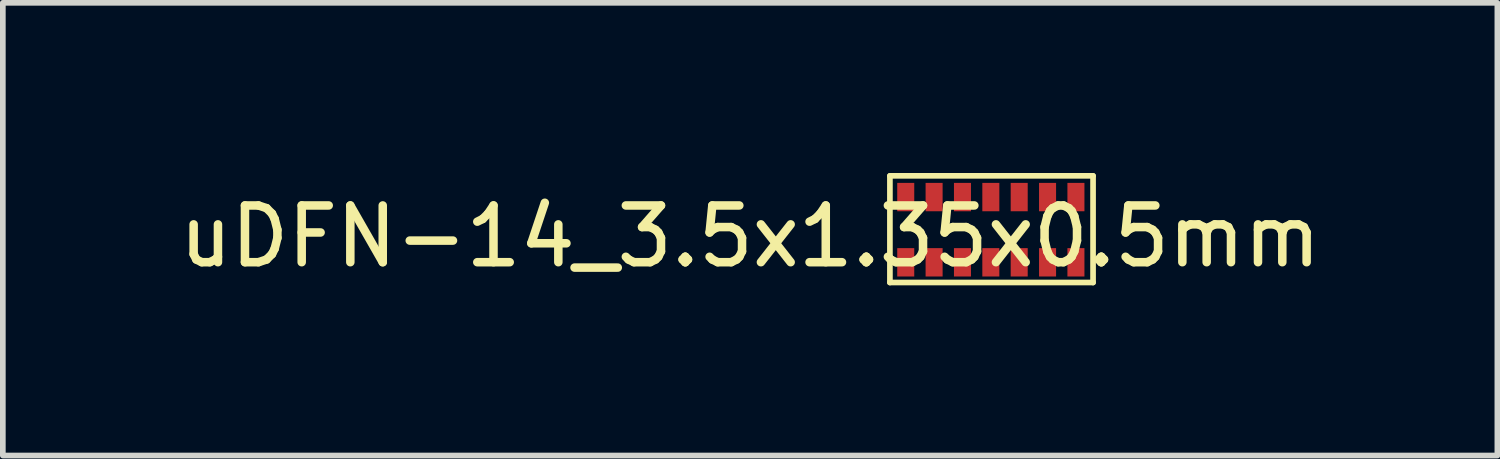
<source format=kicad_pcb>
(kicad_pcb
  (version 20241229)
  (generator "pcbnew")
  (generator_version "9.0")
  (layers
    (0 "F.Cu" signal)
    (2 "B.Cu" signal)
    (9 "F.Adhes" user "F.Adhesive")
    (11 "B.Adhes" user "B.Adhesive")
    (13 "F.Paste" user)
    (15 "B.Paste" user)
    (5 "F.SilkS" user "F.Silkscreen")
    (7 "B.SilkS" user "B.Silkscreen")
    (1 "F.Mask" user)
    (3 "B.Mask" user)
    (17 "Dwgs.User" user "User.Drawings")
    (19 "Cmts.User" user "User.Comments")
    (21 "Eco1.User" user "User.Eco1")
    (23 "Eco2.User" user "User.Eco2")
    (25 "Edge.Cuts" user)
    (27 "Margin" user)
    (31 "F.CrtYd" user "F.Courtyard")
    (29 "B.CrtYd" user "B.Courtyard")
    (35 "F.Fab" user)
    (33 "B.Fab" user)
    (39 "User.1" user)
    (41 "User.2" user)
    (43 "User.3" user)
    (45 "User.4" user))
  (footprint "uDFN-14_3.5x1.35x0.5mm"
    (layer "F.Cu")
    (at 12.916 1.574)
    (property "Reference" "uDFN-14_3.5x1.35x0.5mm" (at -2.743 -0.457 0) (layer "F.SilkS") (effects (font (size 1 1) (thickness 0.15))))
    (attr through_hole)
    (fp_line (start -0.279 -1.524) (end -0.279 0.356) (stroke (width 0.1) (type solid)) (layer "F.SilkS"))
    (fp_line (start -0.279 0.356) (end 3.302 0.356) (stroke (width 0.1) (type solid)) (layer "F.SilkS"))
    (fp_line (start 3.302 -1.524) (end -0.279 -1.524) (stroke (width 0.1) (type solid)) (layer "F.SilkS"))
    (fp_line (start 3.302 0.356) (end 3.302 -1.524) (stroke (width 0.1) (type solid)) (layer "F.SilkS"))
    (pad "1" smd rect (at 0 0) (size 0.3 0.5) (layers "F.Cu" "F.Mask" "F.Paste"))
    (pad "2" smd rect (at 0.5 0) (size 0.3 0.5) (layers "F.Cu" "F.Mask" "F.Paste"))
    (pad "3" smd rect (at 1 0) (size 0.3 0.5) (layers "F.Cu" "F.Mask" "F.Paste"))
    (pad "4" smd rect (at 1.5 0) (size 0.3 0.5) (layers "F.Cu" "F.Mask" "F.Paste"))
    (pad "5" smd rect (at 2 0) (size 0.3 0.5) (layers "F.Cu" "F.Mask" "F.Paste"))
    (pad "6" smd rect (at 2.5 0) (size 0.3 0.5) (layers "F.Cu" "F.Mask" "F.Paste"))
    (pad "7" smd rect (at 3 0) (size 0.3 0.5) (layers "F.Cu" "F.Mask" "F.Paste"))
    (pad "8" smd rect (at 0 -1.15) (size 0.3 0.5) (layers "F.Cu" "F.Mask" "F.Paste"))
    (pad "9" smd rect (at 0.5 -1.15) (size 0.3 0.5) (layers "F.Cu" "F.Mask" "F.Paste"))
    (pad "10" smd rect (at 1 -1.15) (size 0.3 0.5) (layers "F.Cu" "F.Mask" "F.Paste"))
    (pad "11" smd rect (at 1.5 -1.15) (size 0.3 0.5) (layers "F.Cu" "F.Mask" "F.Paste"))
    (pad "12" smd rect (at 2 -1.15) (size 0.3 0.5) (layers "F.Cu" "F.Mask" "F.Paste"))
    (pad "13" smd rect (at 2.5 -1.15) (size 0.3 0.5) (layers "F.Cu" "F.Mask" "F.Paste"))
    (pad "14" smd rect (at 3 -1.15) (size 0.3 0.5) (layers "F.Cu" "F.Mask" "F.Paste")))
  (gr_rect
    (start -3 -3)
    (end 23.345 4.98)
    (stroke (width 0.1) (type default))
    (fill no)
    (layer "Edge.Cuts")))
</source>
